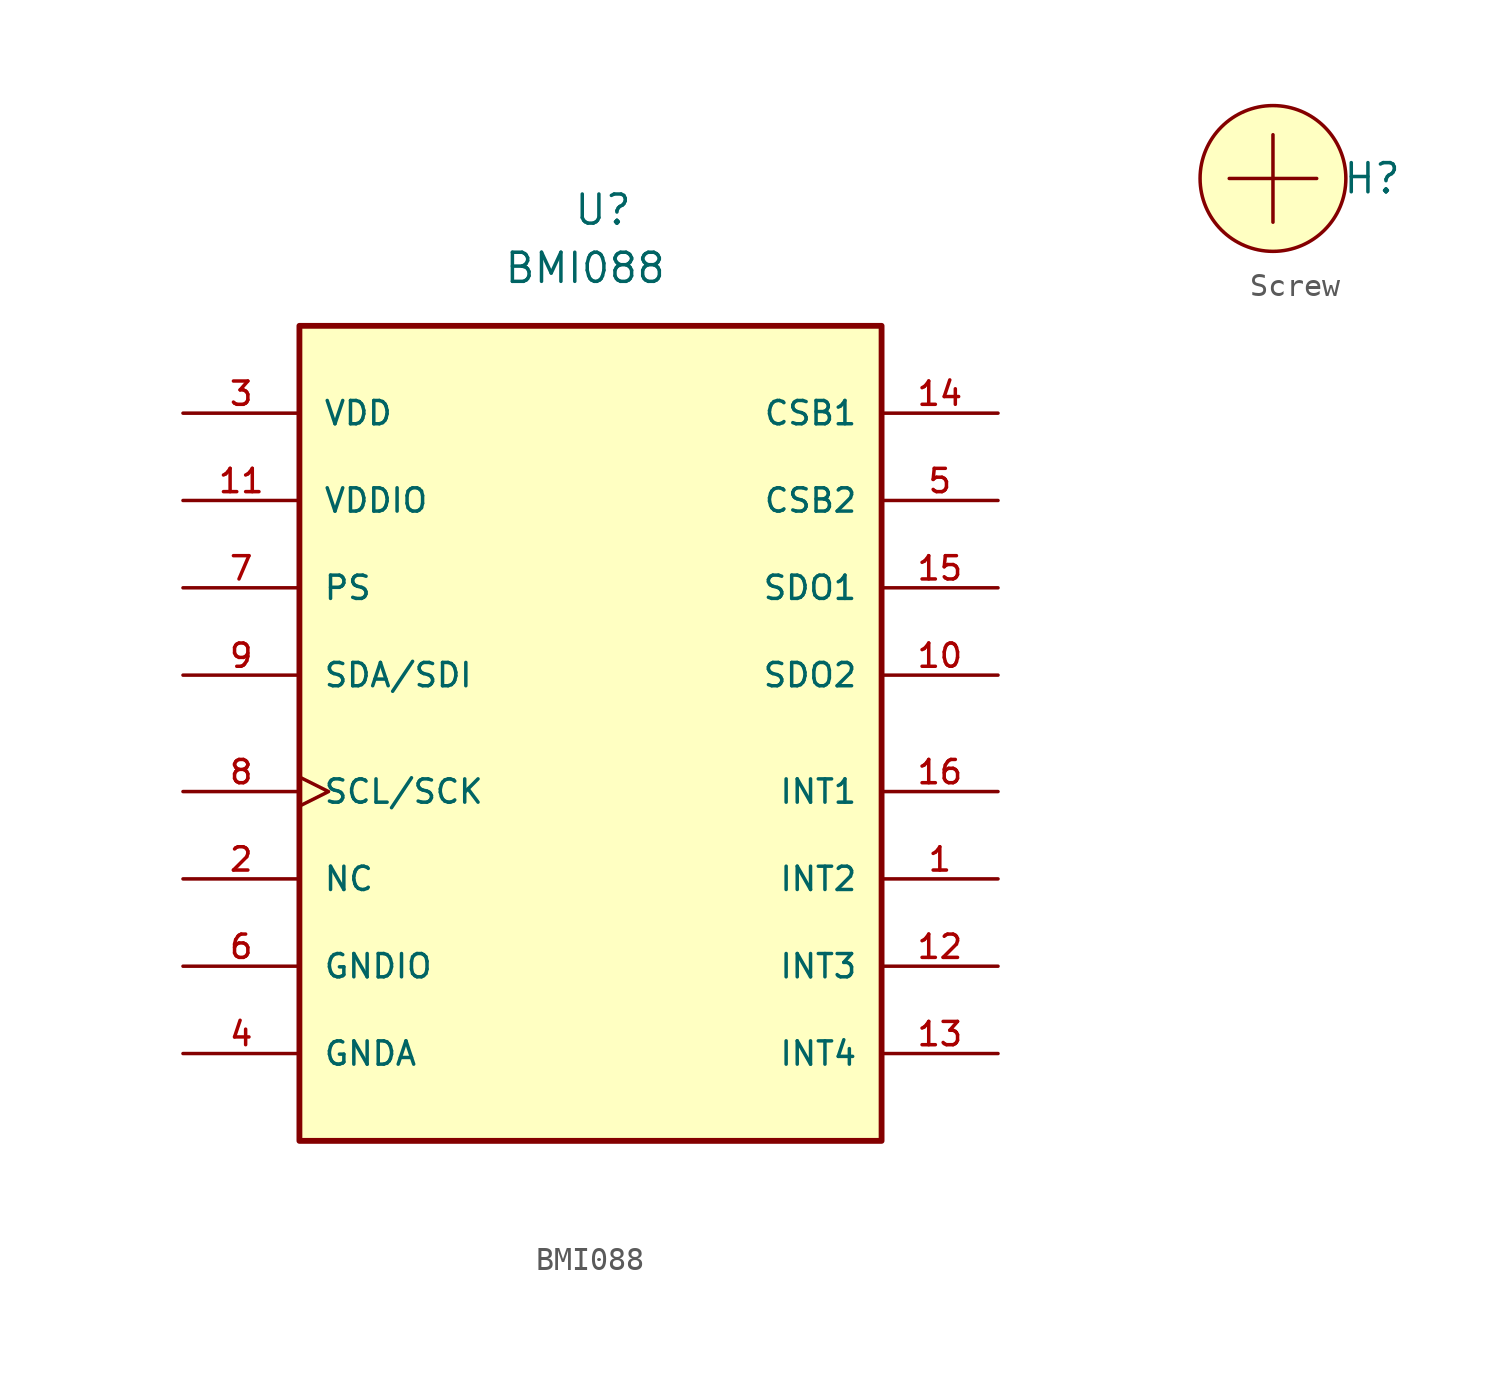
<source format=kicad_sym>
(kicad_symbol_lib
  (version 20241209)
  (generator "kicad_symbol_editor")
  (generator_version "9.0")
  (symbol "BMI088"
    (pin_names
      (offset 1.016))
    (property "Reference" "U"
      (at -0.762 20.828 0)
      (effects (font (size 1.27 1.27)) (justify left bottom)))
    (property "Value" "BMI088"
      (at -3.81 18.288 0)
      (effects (font (size 1.27 1.27)) (justify left bottom)))
    (symbol "BMI088_0_0"
      (rectangle (start -12.7 16.51) (end 12.7 -19.05) (stroke (width 0.254) (type default)) (fill (type background)))
      (pin power_in line (at -17.78 12.7 0) (length 5.08) (name "VDD" (effects (font (size 1.016 1.016)))) (number "3" (effects (font (size 1.016 1.016)))))
      (pin power_in line (at -17.78 8.89 0) (length 5.08) (name "VDDIO" (effects (font (size 1.016 1.016)))) (number "11" (effects (font (size 1.016 1.016)))))
      (pin input line (at -17.78 5.08 0) (length 5.08) (name "PS" (effects (font (size 1.016 1.016)))) (number "7" (effects (font (size 1.016 1.016)))))
      (pin bidirectional line (at -17.78 1.27 0) (length 5.08) (name "SDA/SDI" (effects (font (size 1.016 1.016)))) (number "9" (effects (font (size 1.016 1.016)))))
      (pin input clock (at -17.78 -3.81 0) (length 5.08) (name "SCL/SCK" (effects (font (size 1.016 1.016)))) (number "8" (effects (font (size 1.016 1.016)))))
      (pin passive line (at -17.78 -7.62 0) (length 5.08) (name "NC" (effects (font (size 1.016 1.016)))) (number "2" (effects (font (size 1.016 1.016)))))
      (pin power_in line (at -17.78 -11.43 0) (length 5.08) (name "GNDIO" (effects (font (size 1.016 1.016)))) (number "6" (effects (font (size 1.016 1.016)))))
      (pin power_in line (at -17.78 -15.24 0) (length 5.08) (name "GNDA" (effects (font (size 1.016 1.016)))) (number "4" (effects (font (size 1.016 1.016)))))
      (pin input line (at 17.78 12.7 180) (length 5.08) (name "CSB1" (effects (font (size 1.016 1.016)))) (number "14" (effects (font (size 1.016 1.016)))))
      (pin input line (at 17.78 8.89 180) (length 5.08) (name "CSB2" (effects (font (size 1.016 1.016)))) (number "5" (effects (font (size 1.016 1.016)))))
      (pin output line (at 17.78 5.08 180) (length 5.08) (name "SDO1" (effects (font (size 1.016 1.016)))) (number "15" (effects (font (size 1.016 1.016)))))
      (pin output line (at 17.78 1.27 180) (length 5.08) (name "SDO2" (effects (font (size 1.016 1.016)))) (number "10" (effects (font (size 1.016 1.016)))))
      (pin bidirectional line (at 17.78 -3.81 180) (length 5.08) (name "INT1" (effects (font (size 1.016 1.016)))) (number "16" (effects (font (size 1.016 1.016)))))
      (pin bidirectional line (at 17.78 -7.62 180) (length 5.08) (name "INT2" (effects (font (size 1.016 1.016)))) (number "1" (effects (font (size 1.016 1.016)))))
      (pin bidirectional line (at 17.78 -11.43 180) (length 5.08) (name "INT3" (effects (font (size 1.016 1.016)))) (number "12" (effects (font (size 1.016 1.016)))))
      (pin bidirectional line (at 17.78 -15.24 180) (length 5.08) (name "INT4" (effects (font (size 1.016 1.016)))) (number "13" (effects (font (size 1.016 1.016)))))))
  (symbol "Screw"
    (property "Reference" "H"
      (at 4.318 0 0)
      (effects (font (size 1.27 1.27))))
    (property "Value" ""
      (at 0 0 0)
      (effects (font (size 1.27 1.27))))
    (symbol "Screw_0_1"
      (polyline (pts (xy -1.905 0) (xy 1.905 0)) (stroke (width 0) (type default)) (fill (type none)))
      (polyline (pts (xy 0 1.905) (xy 0 -1.905)) (stroke (width 0) (type default)) (fill (type none)))
      (circle (center 0 0) (radius 3.175) (stroke (width 0) (type default)) (fill (type background))))))
</source>
